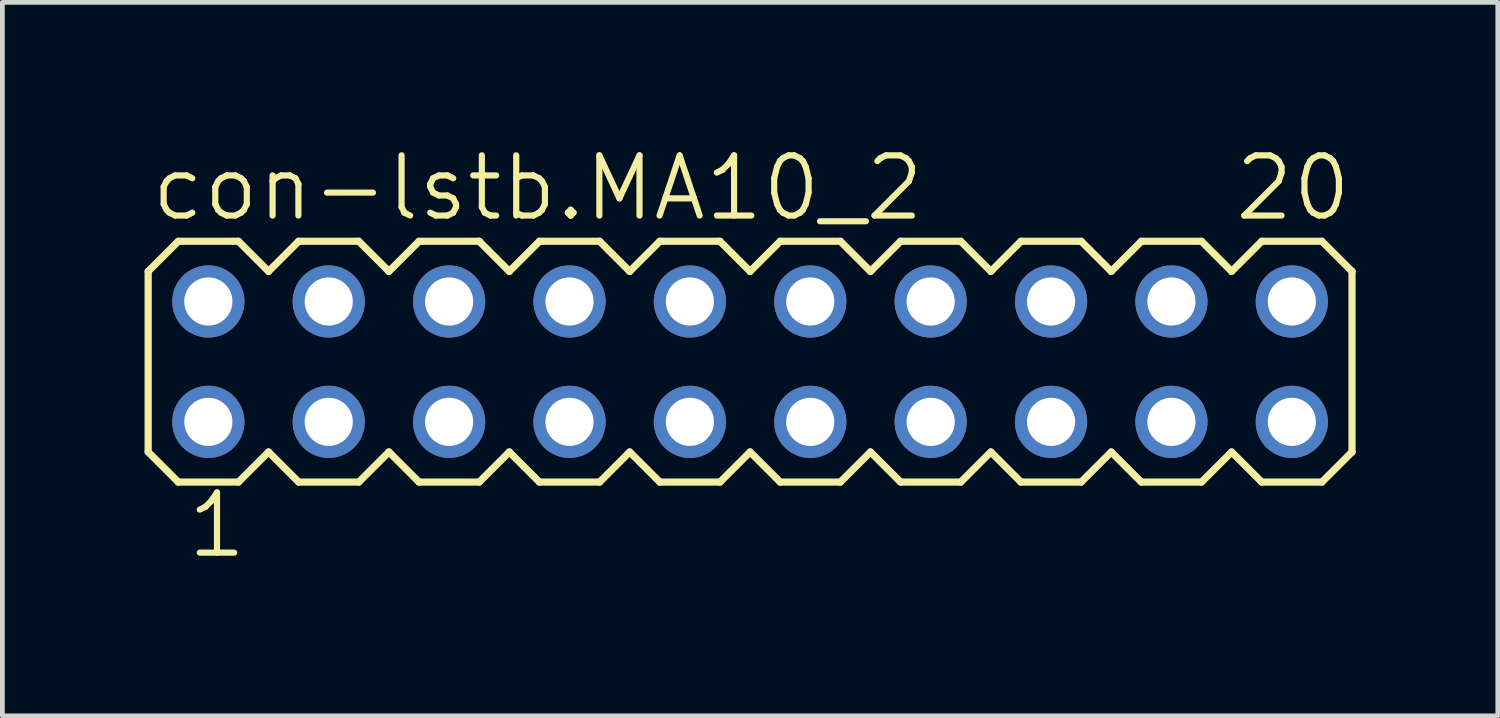
<source format=kicad_pcb>
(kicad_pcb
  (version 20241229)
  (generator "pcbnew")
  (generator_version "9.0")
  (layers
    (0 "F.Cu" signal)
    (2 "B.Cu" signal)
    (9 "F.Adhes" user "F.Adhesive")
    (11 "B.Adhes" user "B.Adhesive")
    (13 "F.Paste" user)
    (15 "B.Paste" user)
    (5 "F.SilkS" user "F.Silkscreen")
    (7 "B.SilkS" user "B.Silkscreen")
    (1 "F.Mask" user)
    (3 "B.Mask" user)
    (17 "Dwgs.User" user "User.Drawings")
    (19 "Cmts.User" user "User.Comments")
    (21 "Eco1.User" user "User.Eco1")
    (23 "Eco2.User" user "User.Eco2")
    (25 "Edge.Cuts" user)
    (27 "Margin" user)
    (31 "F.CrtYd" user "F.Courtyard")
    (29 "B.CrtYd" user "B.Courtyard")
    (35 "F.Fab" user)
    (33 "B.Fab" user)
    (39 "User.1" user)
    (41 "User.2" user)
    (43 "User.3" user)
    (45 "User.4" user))
  (footprint "con-lstb.MA10_2"
    (layer "F.Cu")
    (at 12.776 4.581)
    (property "Reference" "con-lstb.MA10_2" (at -12.7 -2.921 0) (layer "F.SilkS") (effects (font (size 1.27 1.27) (thickness 0.13)) (justify left bottom)))
    (attr through_hole)
    (fp_line (start -12.7 -1.905) (end -12.7 1.905) (stroke (width 0.152) (type default)) (layer "F.SilkS"))
    (fp_line (start -12.7 1.905) (end -12.065 2.54) (stroke (width 0.152) (type default)) (layer "F.SilkS"))
    (fp_line (start -12.065 -2.54) (end -12.7 -1.905) (stroke (width 0.152) (type default)) (layer "F.SilkS"))
    (fp_line (start -12.065 -2.54) (end -10.795 -2.54) (stroke (width 0.152) (type default)) (layer "F.SilkS"))
    (fp_line (start -10.795 -2.54) (end -10.16 -1.905) (stroke (width 0.152) (type default)) (layer "F.SilkS"))
    (fp_line (start -10.795 2.54) (end -12.065 2.54) (stroke (width 0.152) (type default)) (layer "F.SilkS"))
    (fp_line (start -10.16 -1.905) (end -9.525 -2.54) (stroke (width 0.152) (type default)) (layer "F.SilkS"))
    (fp_line (start -10.16 1.905) (end -10.795 2.54) (stroke (width 0.152) (type default)) (layer "F.SilkS"))
    (fp_line (start -9.525 -2.54) (end -8.255 -2.54) (stroke (width 0.152) (type default)) (layer "F.SilkS"))
    (fp_line (start -9.525 2.54) (end -10.16 1.905) (stroke (width 0.152) (type default)) (layer "F.SilkS"))
    (fp_line (start -8.255 -2.54) (end -7.62 -1.905) (stroke (width 0.152) (type default)) (layer "F.SilkS"))
    (fp_line (start -8.255 2.54) (end -9.525 2.54) (stroke (width 0.152) (type default)) (layer "F.SilkS"))
    (fp_line (start -7.62 -1.905) (end -6.985 -2.54) (stroke (width 0.152) (type default)) (layer "F.SilkS"))
    (fp_line (start -7.62 1.905) (end -8.255 2.54) (stroke (width 0.152) (type default)) (layer "F.SilkS"))
    (fp_line (start -6.985 -2.54) (end -5.715 -2.54) (stroke (width 0.152) (type default)) (layer "F.SilkS"))
    (fp_line (start -6.985 2.54) (end -7.62 1.905) (stroke (width 0.152) (type default)) (layer "F.SilkS"))
    (fp_line (start -5.715 -2.54) (end -5.08 -1.905) (stroke (width 0.152) (type default)) (layer "F.SilkS"))
    (fp_line (start -5.715 2.54) (end -6.985 2.54) (stroke (width 0.152) (type default)) (layer "F.SilkS"))
    (fp_line (start -5.08 1.905) (end -5.715 2.54) (stroke (width 0.152) (type default)) (layer "F.SilkS"))
    (fp_line (start -5.08 1.905) (end -4.445 2.54) (stroke (width 0.152) (type default)) (layer "F.SilkS"))
    (fp_line (start -4.445 -2.54) (end -5.08 -1.905) (stroke (width 0.152) (type default)) (layer "F.SilkS"))
    (fp_line (start -4.445 -2.54) (end -3.175 -2.54) (stroke (width 0.152) (type default)) (layer "F.SilkS"))
    (fp_line (start -3.175 -2.54) (end -2.54 -1.905) (stroke (width 0.152) (type default)) (layer "F.SilkS"))
    (fp_line (start -3.175 2.54) (end -4.445 2.54) (stroke (width 0.152) (type default)) (layer "F.SilkS"))
    (fp_line (start -2.54 -1.905) (end -1.905 -2.54) (stroke (width 0.152) (type default)) (layer "F.SilkS"))
    (fp_line (start -2.54 1.905) (end -3.175 2.54) (stroke (width 0.152) (type default)) (layer "F.SilkS"))
    (fp_line (start -1.905 -2.54) (end -0.635 -2.54) (stroke (width 0.152) (type default)) (layer "F.SilkS"))
    (fp_line (start -1.905 2.54) (end -2.54 1.905) (stroke (width 0.152) (type default)) (layer "F.SilkS"))
    (fp_line (start -0.635 -2.54) (end 0 -1.905) (stroke (width 0.152) (type default)) (layer "F.SilkS"))
    (fp_line (start -0.635 2.54) (end -1.905 2.54) (stroke (width 0.152) (type default)) (layer "F.SilkS"))
    (fp_line (start 0 -1.905) (end 0.635 -2.54) (stroke (width 0.152) (type default)) (layer "F.SilkS"))
    (fp_line (start 0 1.905) (end -0.635 2.54) (stroke (width 0.152) (type default)) (layer "F.SilkS"))
    (fp_line (start 0.635 -2.54) (end 1.905 -2.54) (stroke (width 0.152) (type default)) (layer "F.SilkS"))
    (fp_line (start 0.635 2.54) (end 0 1.905) (stroke (width 0.152) (type default)) (layer "F.SilkS"))
    (fp_line (start 1.905 -2.54) (end 2.54 -1.905) (stroke (width 0.152) (type default)) (layer "F.SilkS"))
    (fp_line (start 1.905 2.54) (end 0.635 2.54) (stroke (width 0.152) (type default)) (layer "F.SilkS"))
    (fp_line (start 2.54 1.905) (end 1.905 2.54) (stroke (width 0.152) (type default)) (layer "F.SilkS"))
    (fp_line (start 2.54 1.905) (end 3.175 2.54) (stroke (width 0.152) (type default)) (layer "F.SilkS"))
    (fp_line (start 3.175 -2.54) (end 2.54 -1.905) (stroke (width 0.152) (type default)) (layer "F.SilkS"))
    (fp_line (start 3.175 -2.54) (end 4.445 -2.54) (stroke (width 0.152) (type default)) (layer "F.SilkS"))
    (fp_line (start 4.445 -2.54) (end 5.08 -1.905) (stroke (width 0.152) (type default)) (layer "F.SilkS"))
    (fp_line (start 4.445 2.54) (end 3.175 2.54) (stroke (width 0.152) (type default)) (layer "F.SilkS"))
    (fp_line (start 5.08 -1.905) (end 5.715 -2.54) (stroke (width 0.152) (type default)) (layer "F.SilkS"))
    (fp_line (start 5.08 1.905) (end 4.445 2.54) (stroke (width 0.152) (type default)) (layer "F.SilkS"))
    (fp_line (start 5.715 -2.54) (end 6.985 -2.54) (stroke (width 0.152) (type default)) (layer "F.SilkS"))
    (fp_line (start 5.715 2.54) (end 5.08 1.905) (stroke (width 0.152) (type default)) (layer "F.SilkS"))
    (fp_line (start 5.715 2.54) (end 6.985 2.54) (stroke (width 0.152) (type default)) (layer "F.SilkS"))
    (fp_line (start 7.62 -1.905) (end 6.985 -2.54) (stroke (width 0.152) (type default)) (layer "F.SilkS"))
    (fp_line (start 7.62 -1.905) (end 8.255 -2.54) (stroke (width 0.152) (type default)) (layer "F.SilkS"))
    (fp_line (start 7.62 1.905) (end 6.985 2.54) (stroke (width 0.152) (type default)) (layer "F.SilkS"))
    (fp_line (start 7.62 1.905) (end 8.255 2.54) (stroke (width 0.152) (type default)) (layer "F.SilkS"))
    (fp_line (start 8.255 -2.54) (end 9.525 -2.54) (stroke (width 0.152) (type default)) (layer "F.SilkS"))
    (fp_line (start 8.255 2.54) (end 9.525 2.54) (stroke (width 0.152) (type default)) (layer "F.SilkS"))
    (fp_line (start 10.16 -1.905) (end 9.525 -2.54) (stroke (width 0.152) (type default)) (layer "F.SilkS"))
    (fp_line (start 10.16 -1.905) (end 10.795 -2.54) (stroke (width 0.152) (type default)) (layer "F.SilkS"))
    (fp_line (start 10.16 1.905) (end 9.525 2.54) (stroke (width 0.152) (type default)) (layer "F.SilkS"))
    (fp_line (start 10.16 1.905) (end 10.795 2.54) (stroke (width 0.152) (type default)) (layer "F.SilkS"))
    (fp_line (start 10.795 -2.54) (end 12.065 -2.54) (stroke (width 0.152) (type default)) (layer "F.SilkS"))
    (fp_line (start 10.795 2.54) (end 12.065 2.54) (stroke (width 0.152) (type default)) (layer "F.SilkS"))
    (fp_line (start 12.065 -2.54) (end 12.7 -1.905) (stroke (width 0.152) (type default)) (layer "F.SilkS"))
    (fp_line (start 12.7 -1.905) (end 12.7 1.905) (stroke (width 0.152) (type default)) (layer "F.SilkS"))
    (fp_line (start 12.7 1.905) (end 12.065 2.54) (stroke (width 0.152) (type default)) (layer "F.SilkS"))
    (fp_rect (start -11.684 -1.016) (end -11.176 -1.524) (stroke (width 0.05) (type default)) (fill no) (layer "F.Fab"))
    (fp_rect (start -11.684 1.524) (end -11.176 1.016) (stroke (width 0.05) (type default)) (fill no) (layer "F.Fab"))
    (fp_rect (start -9.144 -1.016) (end -8.636 -1.524) (stroke (width 0.05) (type default)) (fill no) (layer "F.Fab"))
    (fp_rect (start -9.144 1.524) (end -8.636 1.016) (stroke (width 0.05) (type default)) (fill no) (layer "F.Fab"))
    (fp_rect (start -6.604 -1.016) (end -6.096 -1.524) (stroke (width 0.05) (type default)) (fill no) (layer "F.Fab"))
    (fp_rect (start -6.604 1.524) (end -6.096 1.016) (stroke (width 0.05) (type default)) (fill no) (layer "F.Fab"))
    (fp_rect (start -4.064 -1.016) (end -3.556 -1.524) (stroke (width 0.05) (type default)) (fill no) (layer "F.Fab"))
    (fp_rect (start -4.064 1.524) (end -3.556 1.016) (stroke (width 0.05) (type default)) (fill no) (layer "F.Fab"))
    (fp_rect (start -1.524 -1.016) (end -1.016 -1.524) (stroke (width 0.05) (type default)) (fill no) (layer "F.Fab"))
    (fp_rect (start -1.524 1.524) (end -1.016 1.016) (stroke (width 0.05) (type default)) (fill no) (layer "F.Fab"))
    (fp_rect (start 1.016 -1.016) (end 1.524 -1.524) (stroke (width 0.05) (type default)) (fill no) (layer "F.Fab"))
    (fp_rect (start 1.016 1.524) (end 1.524 1.016) (stroke (width 0.05) (type default)) (fill no) (layer "F.Fab"))
    (fp_rect (start 3.556 -1.016) (end 4.064 -1.524) (stroke (width 0.05) (type default)) (fill no) (layer "F.Fab"))
    (fp_rect (start 3.556 1.524) (end 4.064 1.016) (stroke (width 0.05) (type default)) (fill no) (layer "F.Fab"))
    (fp_rect (start 6.096 -1.016) (end 6.604 -1.524) (stroke (width 0.05) (type default)) (fill no) (layer "F.Fab"))
    (fp_rect (start 6.096 1.524) (end 6.604 1.016) (stroke (width 0.05) (type default)) (fill no) (layer "F.Fab"))
    (fp_rect (start 8.636 -1.016) (end 9.144 -1.524) (stroke (width 0.05) (type default)) (fill no) (layer "F.Fab"))
    (fp_rect (start 8.636 1.524) (end 9.144 1.016) (stroke (width 0.05) (type default)) (fill no) (layer "F.Fab"))
    (fp_rect (start 11.176 -1.016) (end 11.684 -1.524) (stroke (width 0.05) (type default)) (fill no) (layer "F.Fab"))
    (fp_rect (start 11.176 1.524) (end 11.684 1.016) (stroke (width 0.05) (type default)) (fill no) (layer "F.Fab"))
    (fp_text user "20" (at 10.16 -2.921 0) (layer "F.SilkS") (effects (font (size 1.27 1.27) (thickness 0.13)) (justify left bottom)))
    (fp_text user "1" (at -11.938 4.191 0) (layer "F.SilkS") (effects (font (size 1.27 1.27) (thickness 0.13)) (justify left bottom)))
    (pad "1" thru_hole circle (at -11.43 1.27) (size 1.524 1.524) (drill 1.016) (layers "*.Cu" "*.Mask"))
    (pad "2" thru_hole circle (at -11.43 -1.27) (size 1.524 1.524) (drill 1.016) (layers "*.Cu" "*.Mask"))
    (pad "3" thru_hole circle (at -8.89 1.27) (size 1.524 1.524) (drill 1.016) (layers "*.Cu" "*.Mask"))
    (pad "4" thru_hole circle (at -8.89 -1.27) (size 1.524 1.524) (drill 1.016) (layers "*.Cu" "*.Mask"))
    (pad "5" thru_hole circle (at -6.35 1.27) (size 1.524 1.524) (drill 1.016) (layers "*.Cu" "*.Mask"))
    (pad "6" thru_hole circle (at -6.35 -1.27) (size 1.524 1.524) (drill 1.016) (layers "*.Cu" "*.Mask"))
    (pad "7" thru_hole circle (at -3.81 1.27) (size 1.524 1.524) (drill 1.016) (layers "*.Cu" "*.Mask"))
    (pad "8" thru_hole circle (at -3.81 -1.27) (size 1.524 1.524) (drill 1.016) (layers "*.Cu" "*.Mask"))
    (pad "9" thru_hole circle (at -1.27 1.27) (size 1.524 1.524) (drill 1.016) (layers "*.Cu" "*.Mask"))
    (pad "10" thru_hole circle (at -1.27 -1.27) (size 1.524 1.524) (drill 1.016) (layers "*.Cu" "*.Mask"))
    (pad "11" thru_hole circle (at 1.27 1.27) (size 1.524 1.524) (drill 1.016) (layers "*.Cu" "*.Mask"))
    (pad "12" thru_hole circle (at 1.27 -1.27) (size 1.524 1.524) (drill 1.016) (layers "*.Cu" "*.Mask"))
    (pad "13" thru_hole circle (at 3.81 1.27) (size 1.524 1.524) (drill 1.016) (layers "*.Cu" "*.Mask"))
    (pad "14" thru_hole circle (at 3.81 -1.27) (size 1.524 1.524) (drill 1.016) (layers "*.Cu" "*.Mask"))
    (pad "15" thru_hole circle (at 6.35 1.27) (size 1.524 1.524) (drill 1.016) (layers "*.Cu" "*.Mask"))
    (pad "16" thru_hole circle (at 6.35 -1.27) (size 1.524 1.524) (drill 1.016) (layers "*.Cu" "*.Mask"))
    (pad "17" thru_hole circle (at 8.89 1.27) (size 1.524 1.524) (drill 1.016) (layers "*.Cu" "*.Mask"))
    (pad "18" thru_hole circle (at 8.89 -1.27) (size 1.524 1.524) (drill 1.016) (layers "*.Cu" "*.Mask"))
    (pad "19" thru_hole circle (at 11.43 1.27) (size 1.524 1.524) (drill 1.016) (layers "*.Cu" "*.Mask"))
    (pad "20" thru_hole circle (at 11.43 -1.27) (size 1.524 1.524) (drill 1.016) (layers "*.Cu" "*.Mask")))
  (gr_rect
    (start -3 -3)
    (end 28.552 12.054)
    (stroke (width 0.1) (type default))
    (fill no)
    (layer "Edge.Cuts")))
</source>
